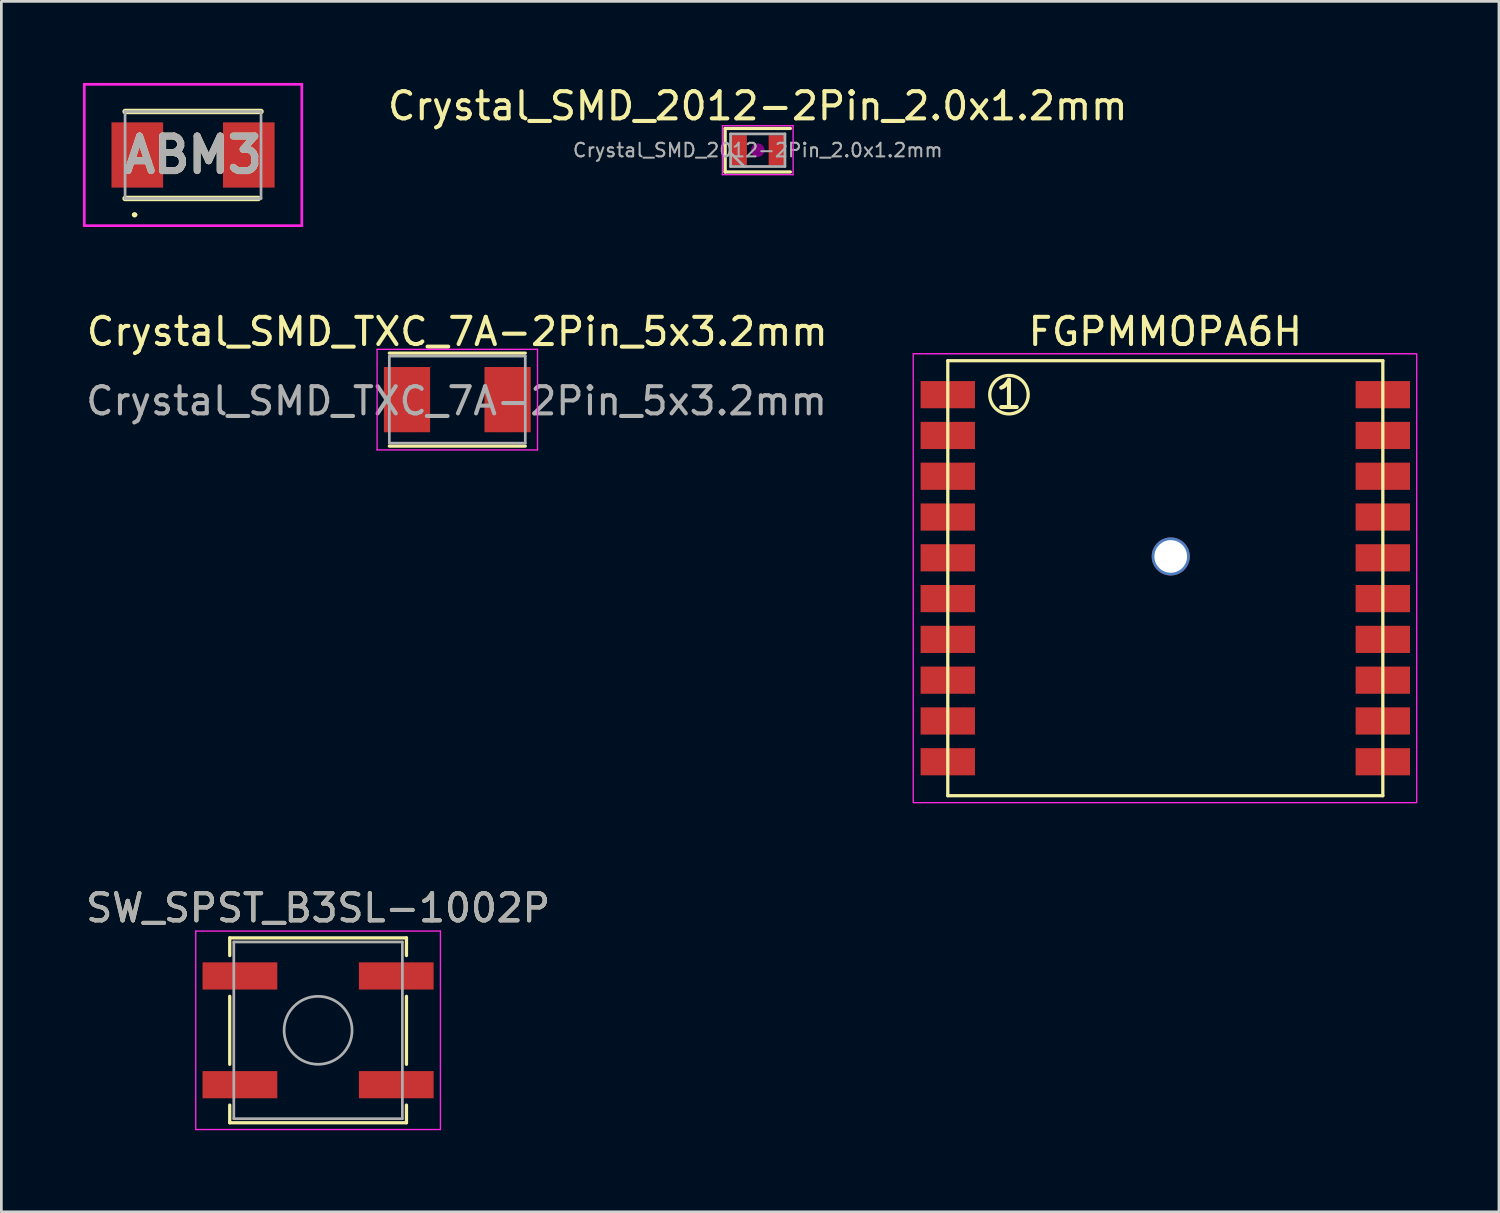
<source format=kicad_pcb>
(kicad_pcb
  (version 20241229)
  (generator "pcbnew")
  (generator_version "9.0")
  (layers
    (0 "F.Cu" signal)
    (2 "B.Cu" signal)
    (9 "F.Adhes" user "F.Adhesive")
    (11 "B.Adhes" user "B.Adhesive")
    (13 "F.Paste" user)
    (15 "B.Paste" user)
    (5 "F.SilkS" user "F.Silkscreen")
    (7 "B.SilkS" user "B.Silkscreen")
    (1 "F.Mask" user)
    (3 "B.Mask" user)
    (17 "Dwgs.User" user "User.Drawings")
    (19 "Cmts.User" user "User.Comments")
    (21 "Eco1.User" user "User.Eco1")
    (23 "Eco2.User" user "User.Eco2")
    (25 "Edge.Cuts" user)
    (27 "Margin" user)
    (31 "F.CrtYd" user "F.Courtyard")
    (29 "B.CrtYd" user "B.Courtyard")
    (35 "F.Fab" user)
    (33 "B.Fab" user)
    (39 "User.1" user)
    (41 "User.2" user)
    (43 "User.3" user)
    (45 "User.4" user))
  (footprint "Crystal_SMD_2012-2Pin_2.0x1.2mm"
    (layer "F.Cu")
    (at 24.82 2.474)
    (property "Reference" "Crystal_SMD_2012-2Pin_2.0x1.2mm" (at 0 -1.626 180) (layer "F.SilkS") (effects (font (size 1 1) (thickness 0.15))))
    (attr smd)
    (fp_line (start -1.2 -0.8) (end -1.2 0.8) (stroke (width 0.12) (type solid)) (layer "F.SilkS"))
    (fp_line (start -1.2 0.8) (end 1.2 0.8) (stroke (width 0.12) (type solid)) (layer "F.SilkS"))
    (fp_line (start 1.2 -0.8) (end -1.2 -0.8) (stroke (width 0.12) (type solid)) (layer "F.SilkS"))
    (fp_circle (center 0 0) (end 0.047 0) (stroke (width 0.093) (type solid)) (fill no) (layer "F.Adhes"))
    (fp_circle (center 0 0) (end 0.107 0) (stroke (width 0.067) (type solid)) (fill no) (layer "F.Adhes"))
    (fp_circle (center 0 0) (end 0.167 0) (stroke (width 0.067) (type solid)) (fill no) (layer "F.Adhes"))
    (fp_circle (center 0 0) (end 0.2 0) (stroke (width 0.1) (type solid)) (fill no) (layer "F.Adhes"))
    (fp_line (start -1.3 -0.9) (end -1.3 0.9) (stroke (width 0.05) (type solid)) (layer "F.CrtYd"))
    (fp_line (start -1.3 0.9) (end 1.3 0.9) (stroke (width 0.05) (type solid)) (layer "F.CrtYd"))
    (fp_line (start 1.3 -0.9) (end -1.3 -0.9) (stroke (width 0.05) (type solid)) (layer "F.CrtYd"))
    (fp_line (start 1.3 0.9) (end 1.3 -0.9) (stroke (width 0.05) (type solid)) (layer "F.CrtYd"))
    (fp_line (start -1 -0.6) (end -1 0.6) (stroke (width 0.1) (type solid)) (layer "F.Fab"))
    (fp_line (start -1 0.1) (end -0.5 0.6) (stroke (width 0.1) (type solid)) (layer "F.Fab"))
    (fp_line (start -1 0.6) (end 1 0.6) (stroke (width 0.1) (type solid)) (layer "F.Fab"))
    (fp_line (start 1 -0.6) (end -1 -0.6) (stroke (width 0.1) (type solid)) (layer "F.Fab"))
    (fp_line (start 1 0.6) (end 1 -0.6) (stroke (width 0.1) (type solid)) (layer "F.Fab"))
    (fp_text user "${REFERENCE}" (at 0 0 180) (layer "F.Fab") (effects (font (size 0.5 0.5) (thickness 0.075))))
    (pad "1" smd rect (at -0.7 0) (size 0.6 1.1) (layers "F.Cu" "F.Mask" "F.Paste"))
    (pad "2" smd rect (at 0.7 0) (size 0.6 1.1) (layers "F.Cu" "F.Mask" "F.Paste")))
  (footprint "ABM3"
    (layer "F.Cu")
    (at 4.05 2.65)
    (property "Reference" "ABM3" (at 0 0 0) (layer "F.SilkS") (effects (font (size 1.27 1.27) (thickness 0.254))))
    (attr smd)
    (fp_line (start -2.5 -1.6) (end 2.5 -1.6) (stroke (width 0.2) (type solid)) (layer "F.SilkS"))
    (fp_line (start -2.5 1.6) (end 2.4 1.6) (stroke (width 0.2) (type solid)) (layer "F.SilkS"))
    (fp_line (start -2.2 2.2) (end -2.2 2.2) (stroke (width 0.1) (type solid)) (layer "F.SilkS"))
    (fp_line (start -2.1 2.2) (end -2.1 2.2) (stroke (width 0.1) (type solid)) (layer "F.SilkS"))
    (fp_arc (start -2.2 2.2) (mid -2.15 2.15) (end -2.1 2.2) (stroke (width 0.1) (type solid)) (layer "F.SilkS"))
    (fp_arc (start -2.1 2.2) (mid -2.15 2.25) (end -2.2 2.2) (stroke (width 0.1) (type solid)) (layer "F.SilkS"))
    (fp_line (start -4 -2.6) (end 4 -2.6) (stroke (width 0.1) (type solid)) (layer "F.CrtYd"))
    (fp_line (start -4 2.6) (end -4 -2.6) (stroke (width 0.1) (type solid)) (layer "F.CrtYd"))
    (fp_line (start 4 -2.6) (end 4 2.6) (stroke (width 0.1) (type solid)) (layer "F.CrtYd"))
    (fp_line (start 4 2.6) (end -4 2.6) (stroke (width 0.1) (type solid)) (layer "F.CrtYd"))
    (fp_line (start -2.5 -1.6) (end 2.5 -1.6) (stroke (width 0.1) (type solid)) (layer "F.Fab"))
    (fp_line (start -2.5 1.6) (end -2.5 -1.6) (stroke (width 0.1) (type solid)) (layer "F.Fab"))
    (fp_line (start 2.5 -1.6) (end 2.5 1.6) (stroke (width 0.1) (type solid)) (layer "F.Fab"))
    (fp_line (start 2.5 1.6) (end -2.5 1.6) (stroke (width 0.1) (type solid)) (layer "F.Fab"))
    (fp_text user "${REFERENCE}" (at 0 0 0) (layer "F.Fab") (effects (font (size 1.27 1.27) (thickness 0.254))))
    (pad "1" smd rect (at -2.05 0) (size 1.9 2.4) (layers "F.Cu" "F.Mask" "F.Paste"))
    (pad "2" smd rect (at 2.05 0) (size 1.9 2.4) (layers "F.Cu" "F.Mask" "F.Paste")))
  (footprint "FGPMMOPA6H"
    (layer "F.Cu")
    (at 39.809 18.216)
    (property "Reference" "FGPMMOPA6H" (at 0 -9.068 0) (layer "F.SilkS") (effects (font (size 1 1) (thickness 0.15))))
    (attr through_hole)
    (fp_line (start -8 -8) (end -8 8) (stroke (width 0.12) (type solid)) (layer "F.SilkS"))
    (fp_line (start -8 8) (end 8 8) (stroke (width 0.12) (type solid)) (layer "F.SilkS"))
    (fp_line (start 8 -8) (end -8 -8) (stroke (width 0.12) (type solid)) (layer "F.SilkS"))
    (fp_line (start 8 8) (end 8 -8) (stroke (width 0.12) (type solid)) (layer "F.SilkS"))
    (fp_circle (center -5.75 -6.75) (end -5.25 -7.25) (stroke (width 0.12) (type solid)) (fill no) (layer "F.SilkS"))
    (fp_rect (start -9.271 -8.255) (end 9.246 8.255) (stroke (width 0.05) (type default)) (fill no) (layer "F.CrtYd"))
    (fp_text user "1" (at -5.75 -6.75 0) (layer "F.SilkS") (effects (font (size 1 1) (thickness 0.15))))
    (pad "" thru_hole circle (at 0.2 -0.8) (size 1.4 1.4) (drill 1.2) (layers "*.Cu" "*.Mask"))
    (pad "1" smd rect (at -8 -6.75) (size 2 1) (layers "F.Cu" "F.Mask" "F.Paste"))
    (pad "2" smd rect (at -8 -5.25) (size 2 1) (layers "F.Cu" "F.Mask" "F.Paste"))
    (pad "3" smd rect (at -8 -3.75) (size 2 1) (layers "F.Cu" "F.Mask" "F.Paste"))
    (pad "4" smd rect (at -8 -2.25) (size 2 1) (layers "F.Cu" "F.Mask" "F.Paste"))
    (pad "5" smd rect (at -8 -0.75) (size 2 1) (layers "F.Cu" "F.Mask" "F.Paste"))
    (pad "6" smd rect (at -8 0.75) (size 2 1) (layers "F.Cu" "F.Mask" "F.Paste"))
    (pad "7" smd rect (at -8 2.25) (size 2 1) (layers "F.Cu" "F.Mask" "F.Paste"))
    (pad "8" smd rect (at -8 3.75) (size 2 1) (layers "F.Cu" "F.Mask" "F.Paste"))
    (pad "9" smd rect (at -8 5.25) (size 2 1) (layers "F.Cu" "F.Mask" "F.Paste"))
    (pad "10" smd rect (at -8 6.75) (size 2 1) (layers "F.Cu" "F.Mask" "F.Paste"))
    (pad "11" smd rect (at 8 6.75) (size 2 1) (layers "F.Cu" "F.Mask" "F.Paste"))
    (pad "12" smd rect (at 8 5.25) (size 2 1) (layers "F.Cu" "F.Mask" "F.Paste"))
    (pad "13" smd rect (at 8 3.75) (size 2 1) (layers "F.Cu" "F.Mask" "F.Paste"))
    (pad "14" smd rect (at 8 2.25) (size 2 1) (layers "F.Cu" "F.Mask" "F.Paste"))
    (pad "15" smd rect (at 8 0.75) (size 2 1) (layers "F.Cu" "F.Mask" "F.Paste"))
    (pad "16" smd rect (at 8 -0.75) (size 2 1) (layers "F.Cu" "F.Mask" "F.Paste"))
    (pad "17" smd rect (at 8 -2.25) (size 2 1) (layers "F.Cu" "F.Mask" "F.Paste"))
    (pad "18" smd rect (at 8 -3.75) (size 2 1) (layers "F.Cu" "F.Mask" "F.Paste"))
    (pad "19" smd rect (at 8 -5.25) (size 2 1) (layers "F.Cu" "F.Mask" "F.Paste"))
    (pad "20" smd rect (at 8 -6.75) (size 2 1) (layers "F.Cu" "F.Mask" "F.Paste")))
  (footprint "SW_SPST_B3SL-1002P"
    (layer "F.Cu")
    (at 8.649 34.844)
    (property "Reference" "SW_SPST_B3SL-1002P" (at 0 -4.5 180) (layer "F.SilkS") (effects (font (size 1 1) (thickness 0.15))))
    (attr smd)
    (fp_line (start -3.25 -3.4) (end -3.25 -2.75) (stroke (width 0.12) (type solid)) (layer "F.SilkS"))
    (fp_line (start -3.25 -1.25) (end -3.25 1.25) (stroke (width 0.12) (type solid)) (layer "F.SilkS"))
    (fp_line (start -3.25 3.4) (end -3.25 2.75) (stroke (width 0.12) (type solid)) (layer "F.SilkS"))
    (fp_line (start 3.25 -3.4) (end -3.25 -3.4) (stroke (width 0.12) (type solid)) (layer "F.SilkS"))
    (fp_line (start 3.25 -2.75) (end 3.25 -3.4) (stroke (width 0.12) (type solid)) (layer "F.SilkS"))
    (fp_line (start 3.25 -1.25) (end 3.25 1.25) (stroke (width 0.12) (type solid)) (layer "F.SilkS"))
    (fp_line (start 3.25 2.75) (end 3.25 3.4) (stroke (width 0.12) (type solid)) (layer "F.SilkS"))
    (fp_line (start 3.25 3.4) (end -3.25 3.4) (stroke (width 0.12) (type solid)) (layer "F.SilkS"))
    (fp_line (start -4.5 -3.65) (end -4.5 3.65) (stroke (width 0.05) (type solid)) (layer "F.CrtYd"))
    (fp_line (start -4.5 3.65) (end 4.5 3.65) (stroke (width 0.05) (type solid)) (layer "F.CrtYd"))
    (fp_line (start 4.5 -3.65) (end -4.5 -3.65) (stroke (width 0.05) (type solid)) (layer "F.CrtYd"))
    (fp_line (start 4.5 3.65) (end 4.5 -3.65) (stroke (width 0.05) (type solid)) (layer "F.CrtYd"))
    (fp_line (start -3.1 -3.25) (end 3.1 -3.25) (stroke (width 0.1) (type solid)) (layer "F.Fab"))
    (fp_line (start -3.1 3.25) (end -3.1 -3.25) (stroke (width 0.1) (type solid)) (layer "F.Fab"))
    (fp_line (start 3.1 -3.25) (end 3.1 3.25) (stroke (width 0.1) (type solid)) (layer "F.Fab"))
    (fp_line (start 3.1 3.25) (end -3.1 3.25) (stroke (width 0.1) (type solid)) (layer "F.Fab"))
    (fp_circle (center 0 0) (end 1.25 0) (stroke (width 0.1) (type solid)) (fill no) (layer "F.Fab"))
    (fp_text user "${REFERENCE}" (at 0 -4.5 180) (layer "F.Fab") (effects (font (size 1 1) (thickness 0.15))))
    (pad "1" smd rect (at -2.875 -2) (size 2.75 1) (layers "F.Cu" "F.Mask" "F.Paste"))
    (pad "1" smd rect (at 2.875 -2) (size 2.75 1) (layers "F.Cu" "F.Mask" "F.Paste"))
    (pad "2" smd rect (at -2.875 2) (size 2.75 1) (layers "F.Cu" "F.Mask" "F.Paste"))
    (pad "2" smd rect (at 2.875 2) (size 2.75 1) (layers "F.Cu" "F.Mask" "F.Paste")))
  (footprint "Crystal_SMD_TXC_7A-2Pin_5x3.2mm"
    (layer "F.Cu")
    (at 13.769 11.648)
    (property "Reference" "Crystal_SMD_TXC_7A-2Pin_5x3.2mm" (at 0 -2.5 0) (layer "F.SilkS") (effects (font (size 1 1) (thickness 0.15))))
    (attr smd)
    (fp_line (start -2.5 -1.71) (end 2.5 -1.71) (stroke (width 0.12) (type solid)) (layer "F.SilkS"))
    (fp_line (start -2.5 1.71) (end 2.5 1.71) (stroke (width 0.12) (type solid)) (layer "F.SilkS"))
    (fp_line (start -2.95 -1.85) (end -2.95 1.85) (stroke (width 0.05) (type solid)) (layer "F.CrtYd"))
    (fp_line (start -2.95 -1.85) (end 2.95 -1.85) (stroke (width 0.05) (type solid)) (layer "F.CrtYd"))
    (fp_line (start 2.95 -1.85) (end 2.95 1.85) (stroke (width 0.05) (type solid)) (layer "F.CrtYd"))
    (fp_line (start 2.95 1.85) (end -2.95 1.85) (stroke (width 0.05) (type solid)) (layer "F.CrtYd"))
    (fp_line (start -2.5 -1.6) (end -2.5 1.6) (stroke (width 0.1) (type solid)) (layer "F.Fab"))
    (fp_line (start -2.5 -1.6) (end 2.5 -1.6) (stroke (width 0.1) (type solid)) (layer "F.Fab"))
    (fp_line (start -2.5 1.6) (end 2.5 1.6) (stroke (width 0.1) (type solid)) (layer "F.Fab"))
    (fp_line (start 2.5 -1.6) (end 2.5 1.6) (stroke (width 0.1) (type solid)) (layer "F.Fab"))
    (fp_text user "${REFERENCE}" (at -0.025 0.051 0) (layer "F.Fab") (effects (font (size 1 1) (thickness 0.15))))
    (pad "1" smd rect (at -1.85 0) (size 1.7 2.4) (layers "F.Cu" "F.Mask" "F.Paste"))
    (pad "2" smd rect (at 1.85 0) (size 1.7 2.4) (layers "F.Cu" "F.Mask" "F.Paste")))
  (gr_rect
    (start -3 -3)
    (end 52.08 41.519)
    (stroke (width 0.1) (type default))
    (fill no)
    (layer "Edge.Cuts")))
</source>
